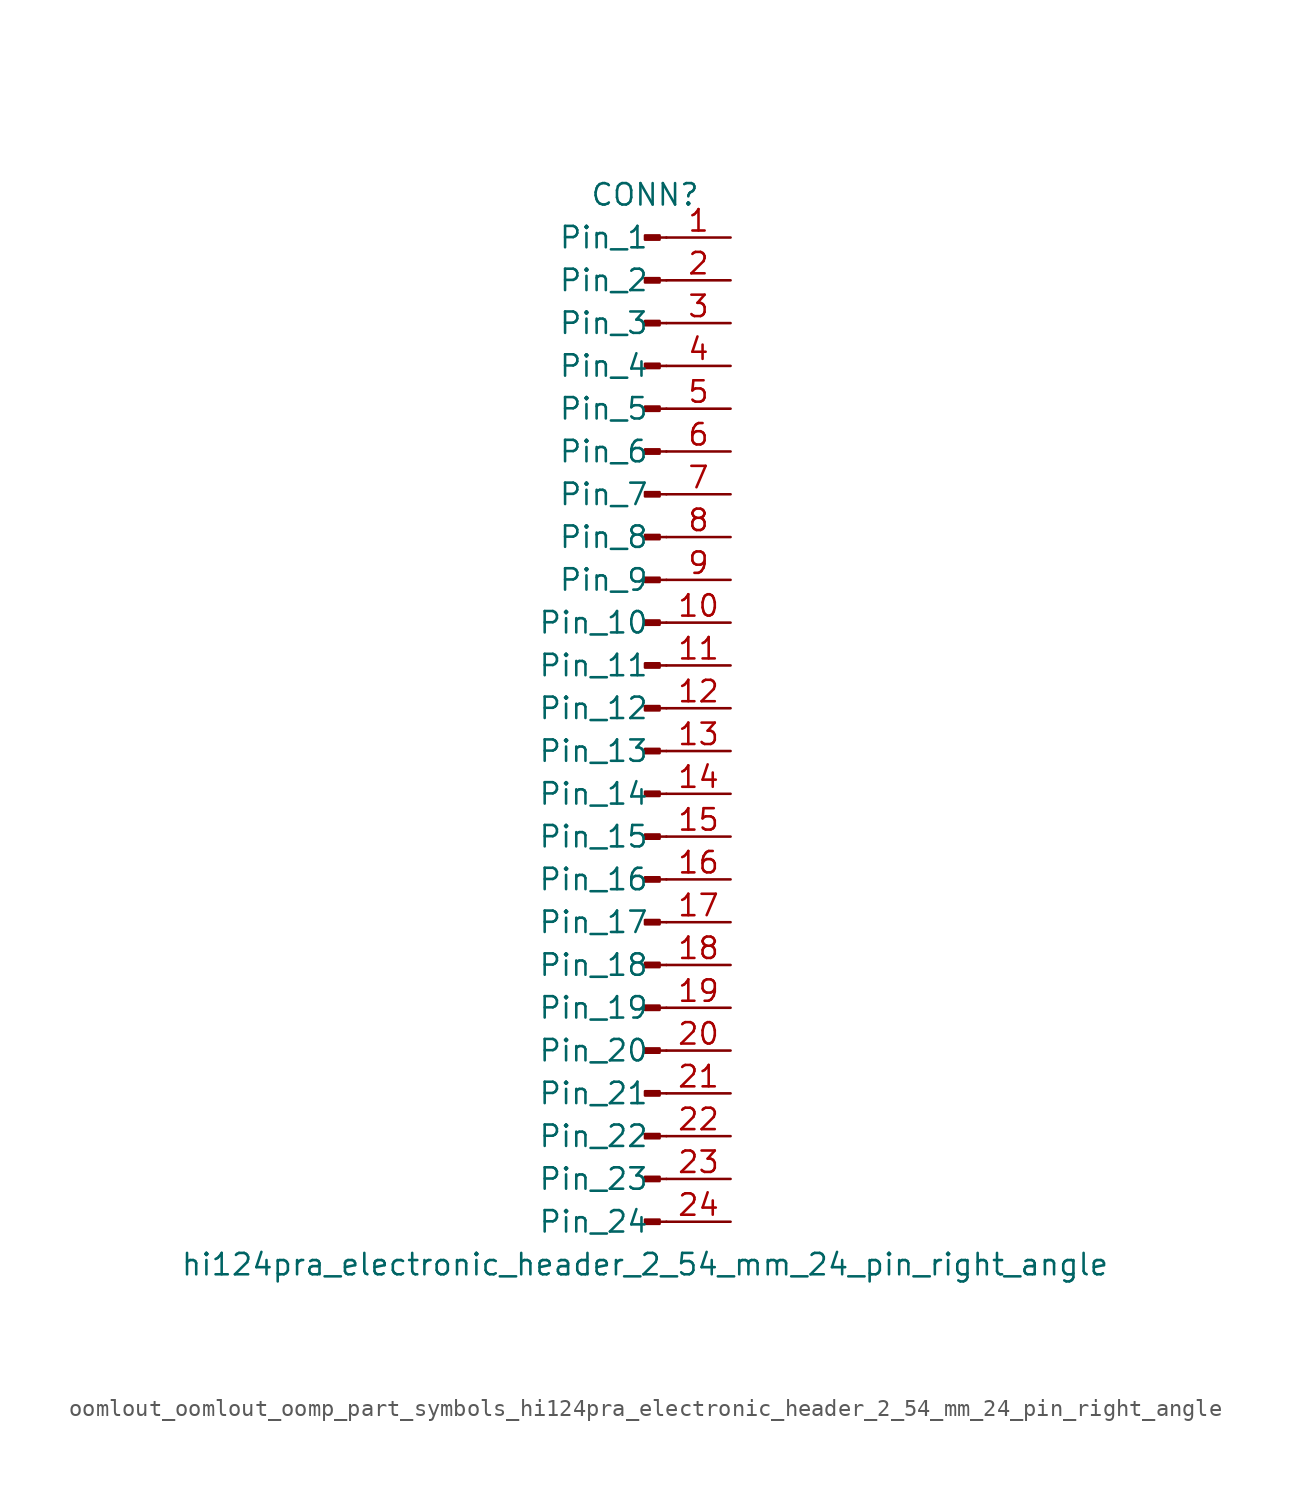
<source format=kicad_sym>
(kicad_symbol_lib
  (version 20220914)
  (generator kicad_symbol_editor)
  (symbol "oomlout_oomlout_oomp_part_symbols_hi124pra_electronic_header_2_54_mm_24_pin_right_angle"
    (pin_names
      (offset 1.016))
    (property "Reference" "CONN"
      (at 0 30.48 0)
      (effects (font (size 1.27 1.27))))
    (property "Value" "hi124pra_electronic_header_2_54_mm_24_pin_right_angle"
      (at 0 -33.02 0)
      (effects (font (size 1.27 1.27))))
    (property "ki_locked" ""
      (at 0 0 0)
      (effects (font (size 1.27 1.27))))
    (symbol "oomlout_oomlout_oomp_part_symbols_hi124pra_electronic_header_2_54_mm_24_pin_right_angle_1_1"
      (polyline (pts (xy 1.27 -30.48) (xy 0.864 -30.48)) (stroke (width 0.152) (type default)) (fill (type none)))
      (polyline (pts (xy 1.27 -27.94) (xy 0.864 -27.94)) (stroke (width 0.152) (type default)) (fill (type none)))
      (polyline (pts (xy 1.27 -25.4) (xy 0.864 -25.4)) (stroke (width 0.152) (type default)) (fill (type none)))
      (polyline (pts (xy 1.27 -22.86) (xy 0.864 -22.86)) (stroke (width 0.152) (type default)) (fill (type none)))
      (polyline (pts (xy 1.27 -20.32) (xy 0.864 -20.32)) (stroke (width 0.152) (type default)) (fill (type none)))
      (polyline (pts (xy 1.27 -17.78) (xy 0.864 -17.78)) (stroke (width 0.152) (type default)) (fill (type none)))
      (polyline (pts (xy 1.27 -15.24) (xy 0.864 -15.24)) (stroke (width 0.152) (type default)) (fill (type none)))
      (polyline (pts (xy 1.27 -12.7) (xy 0.864 -12.7)) (stroke (width 0.152) (type default)) (fill (type none)))
      (polyline (pts (xy 1.27 -10.16) (xy 0.864 -10.16)) (stroke (width 0.152) (type default)) (fill (type none)))
      (polyline (pts (xy 1.27 -7.62) (xy 0.864 -7.62)) (stroke (width 0.152) (type default)) (fill (type none)))
      (polyline (pts (xy 1.27 -5.08) (xy 0.864 -5.08)) (stroke (width 0.152) (type default)) (fill (type none)))
      (polyline (pts (xy 1.27 -2.54) (xy 0.864 -2.54)) (stroke (width 0.152) (type default)) (fill (type none)))
      (polyline (pts (xy 1.27 0) (xy 0.864 0)) (stroke (width 0.152) (type default)) (fill (type none)))
      (polyline (pts (xy 1.27 2.54) (xy 0.864 2.54)) (stroke (width 0.152) (type default)) (fill (type none)))
      (polyline (pts (xy 1.27 5.08) (xy 0.864 5.08)) (stroke (width 0.152) (type default)) (fill (type none)))
      (polyline (pts (xy 1.27 7.62) (xy 0.864 7.62)) (stroke (width 0.152) (type default)) (fill (type none)))
      (polyline (pts (xy 1.27 10.16) (xy 0.864 10.16)) (stroke (width 0.152) (type default)) (fill (type none)))
      (polyline (pts (xy 1.27 12.7) (xy 0.864 12.7)) (stroke (width 0.152) (type default)) (fill (type none)))
      (polyline (pts (xy 1.27 15.24) (xy 0.864 15.24)) (stroke (width 0.152) (type default)) (fill (type none)))
      (polyline (pts (xy 1.27 17.78) (xy 0.864 17.78)) (stroke (width 0.152) (type default)) (fill (type none)))
      (polyline (pts (xy 1.27 20.32) (xy 0.864 20.32)) (stroke (width 0.152) (type default)) (fill (type none)))
      (polyline (pts (xy 1.27 22.86) (xy 0.864 22.86)) (stroke (width 0.152) (type default)) (fill (type none)))
      (polyline (pts (xy 1.27 25.4) (xy 0.864 25.4)) (stroke (width 0.152) (type default)) (fill (type none)))
      (polyline (pts (xy 1.27 27.94) (xy 0.864 27.94)) (stroke (width 0.152) (type default)) (fill (type none)))
      (rectangle (start 0.864 -30.353) (end 0 -30.607) (stroke (width 0.152) (type default)) (fill (type outline)))
      (rectangle (start 0.864 -27.813) (end 0 -28.067) (stroke (width 0.152) (type default)) (fill (type outline)))
      (rectangle (start 0.864 -25.273) (end 0 -25.527) (stroke (width 0.152) (type default)) (fill (type outline)))
      (rectangle (start 0.864 -22.733) (end 0 -22.987) (stroke (width 0.152) (type default)) (fill (type outline)))
      (rectangle (start 0.864 -20.193) (end 0 -20.447) (stroke (width 0.152) (type default)) (fill (type outline)))
      (rectangle (start 0.864 -17.653) (end 0 -17.907) (stroke (width 0.152) (type default)) (fill (type outline)))
      (rectangle (start 0.864 -15.113) (end 0 -15.367) (stroke (width 0.152) (type default)) (fill (type outline)))
      (rectangle (start 0.864 -12.573) (end 0 -12.827) (stroke (width 0.152) (type default)) (fill (type outline)))
      (rectangle (start 0.864 -10.033) (end 0 -10.287) (stroke (width 0.152) (type default)) (fill (type outline)))
      (rectangle (start 0.864 -7.493) (end 0 -7.747) (stroke (width 0.152) (type default)) (fill (type outline)))
      (rectangle (start 0.864 -4.953) (end 0 -5.207) (stroke (width 0.152) (type default)) (fill (type outline)))
      (rectangle (start 0.864 -2.413) (end 0 -2.667) (stroke (width 0.152) (type default)) (fill (type outline)))
      (rectangle (start 0.864 0.127) (end 0 -0.127) (stroke (width 0.152) (type default)) (fill (type outline)))
      (rectangle (start 0.864 2.667) (end 0 2.413) (stroke (width 0.152) (type default)) (fill (type outline)))
      (rectangle (start 0.864 5.207) (end 0 4.953) (stroke (width 0.152) (type default)) (fill (type outline)))
      (rectangle (start 0.864 7.747) (end 0 7.493) (stroke (width 0.152) (type default)) (fill (type outline)))
      (rectangle (start 0.864 10.287) (end 0 10.033) (stroke (width 0.152) (type default)) (fill (type outline)))
      (rectangle (start 0.864 12.827) (end 0 12.573) (stroke (width 0.152) (type default)) (fill (type outline)))
      (rectangle (start 0.864 15.367) (end 0 15.113) (stroke (width 0.152) (type default)) (fill (type outline)))
      (rectangle (start 0.864 17.907) (end 0 17.653) (stroke (width 0.152) (type default)) (fill (type outline)))
      (rectangle (start 0.864 20.447) (end 0 20.193) (stroke (width 0.152) (type default)) (fill (type outline)))
      (rectangle (start 0.864 22.987) (end 0 22.733) (stroke (width 0.152) (type default)) (fill (type outline)))
      (rectangle (start 0.864 25.527) (end 0 25.273) (stroke (width 0.152) (type default)) (fill (type outline)))
      (rectangle (start 0.864 28.067) (end 0 27.813) (stroke (width 0.152) (type default)) (fill (type outline)))
      (pin passive line (at 5.08 27.94 180) (length 3.81) (name "Pin_1" (effects (font (size 1.27 1.27)))) (number "1" (effects (font (size 1.27 1.27)))))
      (pin passive line (at 5.08 5.08 180) (length 3.81) (name "Pin_10" (effects (font (size 1.27 1.27)))) (number "10" (effects (font (size 1.27 1.27)))))
      (pin passive line (at 5.08 2.54 180) (length 3.81) (name "Pin_11" (effects (font (size 1.27 1.27)))) (number "11" (effects (font (size 1.27 1.27)))))
      (pin passive line (at 5.08 0 180) (length 3.81) (name "Pin_12" (effects (font (size 1.27 1.27)))) (number "12" (effects (font (size 1.27 1.27)))))
      (pin passive line (at 5.08 -2.54 180) (length 3.81) (name "Pin_13" (effects (font (size 1.27 1.27)))) (number "13" (effects (font (size 1.27 1.27)))))
      (pin passive line (at 5.08 -5.08 180) (length 3.81) (name "Pin_14" (effects (font (size 1.27 1.27)))) (number "14" (effects (font (size 1.27 1.27)))))
      (pin passive line (at 5.08 -7.62 180) (length 3.81) (name "Pin_15" (effects (font (size 1.27 1.27)))) (number "15" (effects (font (size 1.27 1.27)))))
      (pin passive line (at 5.08 -10.16 180) (length 3.81) (name "Pin_16" (effects (font (size 1.27 1.27)))) (number "16" (effects (font (size 1.27 1.27)))))
      (pin passive line (at 5.08 -12.7 180) (length 3.81) (name "Pin_17" (effects (font (size 1.27 1.27)))) (number "17" (effects (font (size 1.27 1.27)))))
      (pin passive line (at 5.08 -15.24 180) (length 3.81) (name "Pin_18" (effects (font (size 1.27 1.27)))) (number "18" (effects (font (size 1.27 1.27)))))
      (pin passive line (at 5.08 -17.78 180) (length 3.81) (name "Pin_19" (effects (font (size 1.27 1.27)))) (number "19" (effects (font (size 1.27 1.27)))))
      (pin passive line (at 5.08 25.4 180) (length 3.81) (name "Pin_2" (effects (font (size 1.27 1.27)))) (number "2" (effects (font (size 1.27 1.27)))))
      (pin passive line (at 5.08 -20.32 180) (length 3.81) (name "Pin_20" (effects (font (size 1.27 1.27)))) (number "20" (effects (font (size 1.27 1.27)))))
      (pin passive line (at 5.08 -22.86 180) (length 3.81) (name "Pin_21" (effects (font (size 1.27 1.27)))) (number "21" (effects (font (size 1.27 1.27)))))
      (pin passive line (at 5.08 -25.4 180) (length 3.81) (name "Pin_22" (effects (font (size 1.27 1.27)))) (number "22" (effects (font (size 1.27 1.27)))))
      (pin passive line (at 5.08 -27.94 180) (length 3.81) (name "Pin_23" (effects (font (size 1.27 1.27)))) (number "23" (effects (font (size 1.27 1.27)))))
      (pin passive line (at 5.08 -30.48 180) (length 3.81) (name "Pin_24" (effects (font (size 1.27 1.27)))) (number "24" (effects (font (size 1.27 1.27)))))
      (pin passive line (at 5.08 22.86 180) (length 3.81) (name "Pin_3" (effects (font (size 1.27 1.27)))) (number "3" (effects (font (size 1.27 1.27)))))
      (pin passive line (at 5.08 20.32 180) (length 3.81) (name "Pin_4" (effects (font (size 1.27 1.27)))) (number "4" (effects (font (size 1.27 1.27)))))
      (pin passive line (at 5.08 17.78 180) (length 3.81) (name "Pin_5" (effects (font (size 1.27 1.27)))) (number "5" (effects (font (size 1.27 1.27)))))
      (pin passive line (at 5.08 15.24 180) (length 3.81) (name "Pin_6" (effects (font (size 1.27 1.27)))) (number "6" (effects (font (size 1.27 1.27)))))
      (pin passive line (at 5.08 12.7 180) (length 3.81) (name "Pin_7" (effects (font (size 1.27 1.27)))) (number "7" (effects (font (size 1.27 1.27)))))
      (pin passive line (at 5.08 10.16 180) (length 3.81) (name "Pin_8" (effects (font (size 1.27 1.27)))) (number "8" (effects (font (size 1.27 1.27)))))
      (pin passive line (at 5.08 7.62 180) (length 3.81) (name "Pin_9" (effects (font (size 1.27 1.27)))) (number "9" (effects (font (size 1.27 1.27))))))))
</source>
